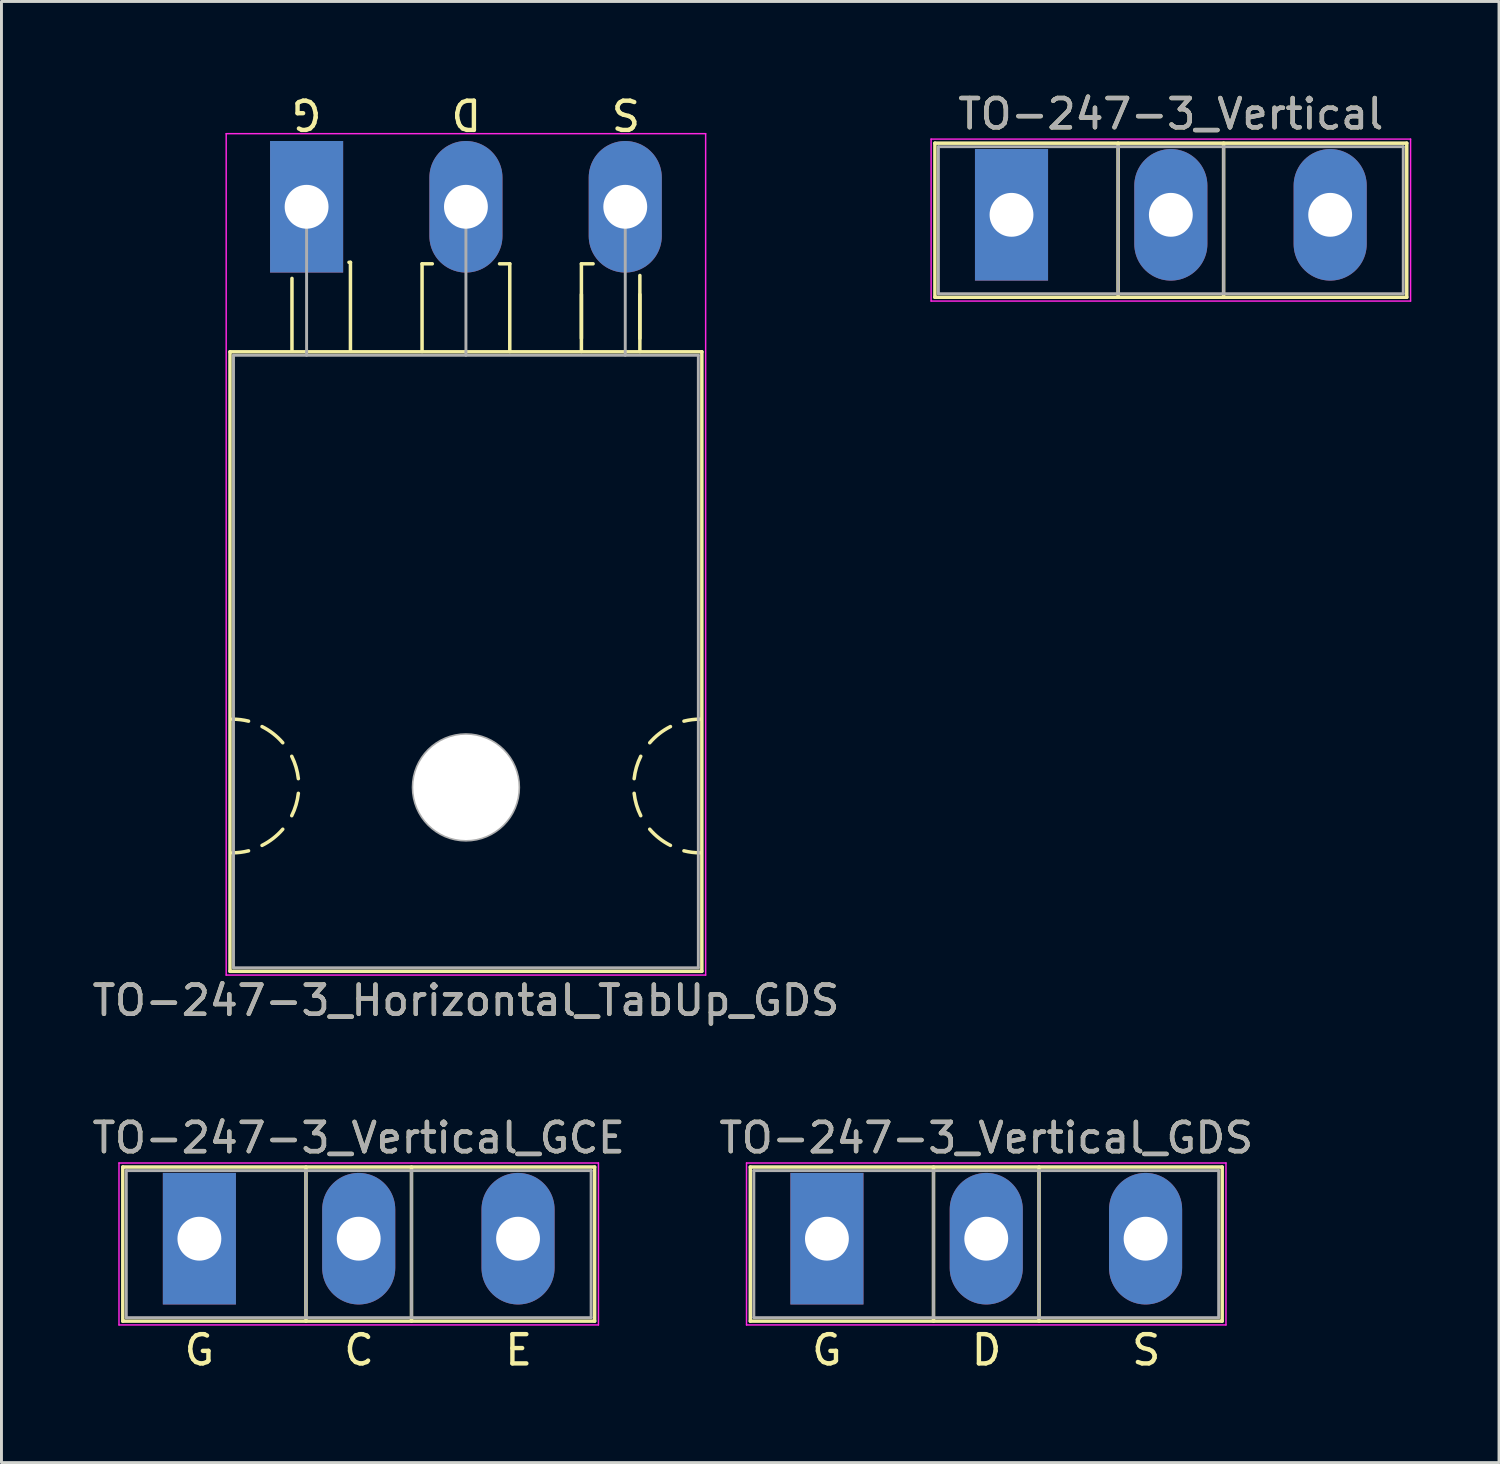
<source format=kicad_pcb>
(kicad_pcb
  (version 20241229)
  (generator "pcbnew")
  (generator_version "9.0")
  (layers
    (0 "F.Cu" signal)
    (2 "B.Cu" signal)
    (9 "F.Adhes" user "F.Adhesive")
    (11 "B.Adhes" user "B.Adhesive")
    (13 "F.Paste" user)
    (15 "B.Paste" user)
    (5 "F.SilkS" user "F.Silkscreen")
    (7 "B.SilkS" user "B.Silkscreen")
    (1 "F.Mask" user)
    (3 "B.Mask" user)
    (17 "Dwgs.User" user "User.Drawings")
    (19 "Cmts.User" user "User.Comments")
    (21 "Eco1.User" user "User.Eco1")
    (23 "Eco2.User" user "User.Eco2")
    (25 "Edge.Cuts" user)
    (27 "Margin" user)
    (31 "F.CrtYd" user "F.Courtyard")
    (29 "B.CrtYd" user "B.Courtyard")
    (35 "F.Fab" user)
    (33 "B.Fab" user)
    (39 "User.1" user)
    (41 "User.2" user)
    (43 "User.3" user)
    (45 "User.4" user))
  (footprint "TO-247-3_Vertical_GDS"
    (layer "F.Cu")
    (at 25.235 39.32)
    (property "Reference" "TO-247-3_Vertical_GDS" (at 5.45 -3.45 0) (layer "F.SilkS") (effects (font (size 1 1) (thickness 0.15))))
    (fp_line (start -2.62 -2.451) (end -2.62 2.82) (stroke (width 0.12) (type solid)) (layer "F.SilkS"))
    (fp_line (start -2.62 -2.451) (end 13.52 -2.451) (stroke (width 0.12) (type solid)) (layer "F.SilkS"))
    (fp_line (start -2.62 2.82) (end 13.52 2.82) (stroke (width 0.12) (type solid)) (layer "F.SilkS"))
    (fp_line (start 3.646 -2.451) (end 3.646 2.82) (stroke (width 0.12) (type solid)) (layer "F.SilkS"))
    (fp_line (start 7.255 -2.451) (end 7.255 2.82) (stroke (width 0.12) (type solid)) (layer "F.SilkS"))
    (fp_line (start 13.52 -2.451) (end 13.52 2.82) (stroke (width 0.12) (type solid)) (layer "F.SilkS"))
    (fp_line (start -2.75 -2.59) (end -2.75 2.95) (stroke (width 0.05) (type solid)) (layer "F.CrtYd"))
    (fp_line (start -2.75 2.95) (end 13.65 2.95) (stroke (width 0.05) (type solid)) (layer "F.CrtYd"))
    (fp_line (start 13.65 -2.59) (end -2.75 -2.59) (stroke (width 0.05) (type solid)) (layer "F.CrtYd"))
    (fp_line (start 13.65 2.95) (end 13.65 -2.59) (stroke (width 0.05) (type solid)) (layer "F.CrtYd"))
    (fp_line (start -2.5 -2.33) (end -2.5 2.7) (stroke (width 0.1) (type solid)) (layer "F.Fab"))
    (fp_line (start -2.5 2.7) (end 13.4 2.7) (stroke (width 0.1) (type solid)) (layer "F.Fab"))
    (fp_line (start 3.645 -2.33) (end 3.645 2.7) (stroke (width 0.1) (type solid)) (layer "F.Fab"))
    (fp_line (start 7.255 -2.33) (end 7.255 2.7) (stroke (width 0.1) (type solid)) (layer "F.Fab"))
    (fp_line (start 13.4 -2.33) (end -2.5 -2.33) (stroke (width 0.1) (type solid)) (layer "F.Fab"))
    (fp_line (start 13.4 2.7) (end 13.4 -2.33) (stroke (width 0.1) (type solid)) (layer "F.Fab"))
    (fp_text user "D" (at 5.461 3.81 0) (unlocked yes) (layer "F.SilkS") (effects (font (size 1 1) (thickness 0.15))))
    (fp_text user "S" (at 10.922 3.81 0) (unlocked yes) (layer "F.SilkS") (effects (font (size 1 1) (thickness 0.15))))
    (fp_text user "G" (at 0 3.81 0) (unlocked yes) (layer "F.SilkS") (effects (font (size 1 1) (thickness 0.15))))
    (fp_text user "${REFERENCE}" (at 5.45 -3.45 0) (layer "F.Fab") (effects (font (size 1 1) (thickness 0.15))))
    (pad "1" thru_hole rect (at 0 0) (size 2.5 4.5) (drill 1.5) (layers "*.Cu" "*.Mask"))
    (pad "2" thru_hole oval (at 5.45 0) (size 2.5 4.5) (drill 1.5) (layers "*.Cu" "*.Mask"))
    (pad "3" thru_hole oval (at 10.9 0) (size 2.5 4.5) (drill 1.5) (layers "*.Cu" "*.Mask")))
  (footprint "TO-247-3_Vertical_GCE"
    (layer "F.Cu")
    (at 3.77 39.32)
    (property "Reference" "TO-247-3_Vertical_GCE" (at 5.45 -3.45 0) (layer "F.SilkS") (effects (font (size 1 1) (thickness 0.15))))
    (fp_line (start -2.62 -2.451) (end -2.62 2.82) (stroke (width 0.12) (type solid)) (layer "F.SilkS"))
    (fp_line (start -2.62 -2.451) (end 13.52 -2.451) (stroke (width 0.12) (type solid)) (layer "F.SilkS"))
    (fp_line (start -2.62 2.82) (end 13.52 2.82) (stroke (width 0.12) (type solid)) (layer "F.SilkS"))
    (fp_line (start 3.646 -2.451) (end 3.646 2.82) (stroke (width 0.12) (type solid)) (layer "F.SilkS"))
    (fp_line (start 7.255 -2.451) (end 7.255 2.82) (stroke (width 0.12) (type solid)) (layer "F.SilkS"))
    (fp_line (start 13.52 -2.451) (end 13.52 2.82) (stroke (width 0.12) (type solid)) (layer "F.SilkS"))
    (fp_line (start -2.75 -2.59) (end -2.75 2.95) (stroke (width 0.05) (type solid)) (layer "F.CrtYd"))
    (fp_line (start -2.75 2.95) (end 13.65 2.95) (stroke (width 0.05) (type solid)) (layer "F.CrtYd"))
    (fp_line (start 13.65 -2.59) (end -2.75 -2.59) (stroke (width 0.05) (type solid)) (layer "F.CrtYd"))
    (fp_line (start 13.65 2.95) (end 13.65 -2.59) (stroke (width 0.05) (type solid)) (layer "F.CrtYd"))
    (fp_line (start -2.5 -2.33) (end -2.5 2.7) (stroke (width 0.1) (type solid)) (layer "F.Fab"))
    (fp_line (start -2.5 2.7) (end 13.4 2.7) (stroke (width 0.1) (type solid)) (layer "F.Fab"))
    (fp_line (start 3.645 -2.33) (end 3.645 2.7) (stroke (width 0.1) (type solid)) (layer "F.Fab"))
    (fp_line (start 7.255 -2.33) (end 7.255 2.7) (stroke (width 0.1) (type solid)) (layer "F.Fab"))
    (fp_line (start 13.4 -2.33) (end -2.5 -2.33) (stroke (width 0.1) (type solid)) (layer "F.Fab"))
    (fp_line (start 13.4 2.7) (end 13.4 -2.33) (stroke (width 0.1) (type solid)) (layer "F.Fab"))
    (fp_text user "G" (at 0 3.81 0) (unlocked yes) (layer "F.SilkS") (effects (font (size 1 1) (thickness 0.15))))
    (fp_text user "C" (at 5.461 3.81 0) (unlocked yes) (layer "F.SilkS") (effects (font (size 1 1) (thickness 0.15))))
    (fp_text user "E" (at 10.922 3.81 0) (unlocked yes) (layer "F.SilkS") (effects (font (size 1 1) (thickness 0.15))))
    (fp_text user "${REFERENCE}" (at 5.45 -3.45 0) (layer "F.Fab") (effects (font (size 1 1) (thickness 0.15))))
    (pad "1" thru_hole rect (at 0 0) (size 2.5 4.5) (drill 1.5) (layers "*.Cu" "*.Mask"))
    (pad "2" thru_hole oval (at 5.45 0) (size 2.5 4.5) (drill 1.5) (layers "*.Cu" "*.Mask"))
    (pad "3" thru_hole oval (at 10.9 0) (size 2.5 4.5) (drill 1.5) (layers "*.Cu" "*.Mask")))
  (footprint "TO-247-3_Horizontal_TabUp_GDS"
    (layer "F.Cu")
    (at 7.437 4.023)
    (property "Reference" "TO-247-3_Horizontal_TabUp_GDS" (at 5.45 27.15 0) (layer "F.SilkS") (effects (font (size 1 1) (thickness 0.15))))
    (fp_line (start -2.62 4.96) (end -2.62 26.15) (stroke (width 0.12) (type solid)) (layer "F.SilkS"))
    (fp_line (start -2.62 4.96) (end 13.52 4.96) (stroke (width 0.12) (type solid)) (layer "F.SilkS"))
    (fp_line (start -2.62 26.15) (end 13.52 26.15) (stroke (width 0.12) (type solid)) (layer "F.SilkS"))
    (fp_line (start -0.5 4.9) (end -0.5 2.45) (stroke (width 0.12) (type solid)) (layer "F.SilkS"))
    (fp_line (start 1.5 1.9) (end 1.45 1.9) (stroke (width 0.12) (type solid)) (layer "F.SilkS"))
    (fp_line (start 1.5 4.9) (end 1.5 1.9) (stroke (width 0.12) (type solid)) (layer "F.SilkS"))
    (fp_line (start 3.95 1.95) (end 4.3 1.95) (stroke (width 0.12) (type solid)) (layer "F.SilkS"))
    (fp_line (start 3.95 4.95) (end 3.95 1.95) (stroke (width 0.12) (type solid)) (layer "F.SilkS"))
    (fp_line (start 6.95 1.95) (end 6.6 1.95) (stroke (width 0.12) (type solid)) (layer "F.SilkS"))
    (fp_line (start 6.95 4.95) (end 6.95 1.95) (stroke (width 0.12) (type solid)) (layer "F.SilkS"))
    (fp_line (start 9.4 1.95) (end 9.8 1.95) (stroke (width 0.12) (type solid)) (layer "F.SilkS"))
    (fp_line (start 9.4 4.5) (end 9.4 3) (stroke (width 0.12) (type solid)) (layer "F.SilkS"))
    (fp_line (start 9.4 4.95) (end 9.4 1.95) (stroke (width 0.12) (type solid)) (layer "F.SilkS"))
    (fp_line (start 11.4 4.5) (end 11.4 3) (stroke (width 0.12) (type solid)) (layer "F.SilkS"))
    (fp_line (start 11.4 4.95) (end 11.4 2.35) (stroke (width 0.12) (type solid)) (layer "F.SilkS"))
    (fp_line (start 13.52 4.96) (end 13.52 26.15) (stroke (width 0.12) (type solid)) (layer "F.SilkS"))
    (fp_arc (start -2.54 17.526) (mid -2.260689 17.543128) (end -1.985564 17.594254) (stroke (width 0.12) (type solid)) (layer "F.SilkS"))
    (fp_arc (start -1.985564 22.029746) (mid -2.260689 22.080872) (end -2.54 22.098) (stroke (width 0.12) (type solid)) (layer "F.SilkS"))
    (fp_arc (start -1.524001 17.780001) (mid -1.14188 18.02132) (end -0.815088 18.333504) (stroke (width 0.12) (type solid)) (layer "F.SilkS"))
    (fp_arc (start -0.815087 21.290497) (mid -1.141879 21.60268) (end -1.524 21.844) (stroke (width 0.12) (type solid)) (layer "F.SilkS"))
    (fp_arc (start -0.508001 18.796001) (mid -0.361178 19.168563) (end -0.282051 19.561117) (stroke (width 0.12) (type solid)) (layer "F.SilkS"))
    (fp_arc (start -0.282051 20.062883) (mid -0.361178 20.455437) (end -0.508001 20.827999) (stroke (width 0.12) (type solid)) (layer "F.SilkS"))
    (fp_arc (start 11.204051 19.561117) (mid 11.283178 19.168563) (end 11.430001 18.796001) (stroke (width 0.12) (type solid)) (layer "F.SilkS"))
    (fp_arc (start 11.430001 20.827999) (mid 11.283178 20.455437) (end 11.204051 20.062883) (stroke (width 0.12) (type solid)) (layer "F.SilkS"))
    (fp_arc (start 11.737087 18.333503) (mid 12.063879 18.02132) (end 12.446 17.78) (stroke (width 0.12) (type solid)) (layer "F.SilkS"))
    (fp_arc (start 12.446001 21.843999) (mid 12.06388 21.60268) (end 11.737088 21.290496) (stroke (width 0.12) (type solid)) (layer "F.SilkS"))
    (fp_arc (start 12.907564 17.594254) (mid 13.182689 17.543128) (end 13.462 17.526) (stroke (width 0.12) (type solid)) (layer "F.SilkS"))
    (fp_arc (start 13.462 22.098) (mid 13.182689 22.080872) (end 12.907564 22.029746) (stroke (width 0.12) (type solid)) (layer "F.SilkS"))
    (fp_line (start -2.75 -2.5) (end -2.75 26.28) (stroke (width 0.05) (type solid)) (layer "F.CrtYd"))
    (fp_line (start -2.75 26.28) (end 13.65 26.28) (stroke (width 0.05) (type solid)) (layer "F.CrtYd"))
    (fp_line (start 13.65 -2.5) (end -2.75 -2.5) (stroke (width 0.05) (type solid)) (layer "F.CrtYd"))
    (fp_line (start 13.65 26.28) (end 13.65 -2.5) (stroke (width 0.05) (type solid)) (layer "F.CrtYd"))
    (fp_line (start -2.5 5.08) (end -2.5 26.03) (stroke (width 0.1) (type solid)) (layer "F.Fab"))
    (fp_line (start -2.5 26.03) (end 13.4 26.03) (stroke (width 0.1) (type solid)) (layer "F.Fab"))
    (fp_line (start 0 5.08) (end 0 0) (stroke (width 0.1) (type solid)) (layer "F.Fab"))
    (fp_line (start 5.45 5.08) (end 5.45 0) (stroke (width 0.1) (type solid)) (layer "F.Fab"))
    (fp_line (start 10.9 5.08) (end 10.9 0) (stroke (width 0.1) (type solid)) (layer "F.Fab"))
    (fp_line (start 13.4 5.08) (end -2.5 5.08) (stroke (width 0.1) (type solid)) (layer "F.Fab"))
    (fp_line (start 13.4 26.03) (end 13.4 5.08) (stroke (width 0.1) (type solid)) (layer "F.Fab"))
    (fp_circle (center 5.45 19.86) (end 7.255 19.86) (stroke (width 0.1) (type solid)) (fill no) (layer "F.Fab"))
    (fp_text user "S" (at 10.922 -3.175 180) (unlocked yes) (layer "F.SilkS") (effects (font (size 1 1) (thickness 0.15))))
    (fp_text user "G" (at 0 -3.175 180) (unlocked yes) (layer "F.SilkS") (effects (font (size 1 1) (thickness 0.15))))
    (fp_text user "D" (at 5.461 -3.175 180) (unlocked yes) (layer "F.SilkS") (effects (font (size 1 1) (thickness 0.15))))
    (fp_text user "${REFERENCE}" (at 5.45 27.15 0) (layer "F.Fab") (effects (font (size 1 1) (thickness 0.15))))
    (pad "" np_thru_hole oval (at 5.45 19.86) (size 3.6 3.6) (drill 3.6) (layers "*.Cu" "*.Mask"))
    (pad "1" thru_hole rect (at 0 0) (size 2.5 4.5) (drill 1.5) (layers "*.Cu" "*.Mask"))
    (pad "2" thru_hole oval (at 5.45 0) (size 2.5 4.5) (drill 1.5) (layers "*.Cu" "*.Mask"))
    (pad "3" thru_hole oval (at 10.9 0) (size 2.5 4.5) (drill 1.5) (layers "*.Cu" "*.Mask")))
  (footprint "TO-247-3_Vertical"
    (layer "F.Cu")
    (at 31.549 4.298)
    (property "Reference" "TO-247-3_Vertical" (at 5.45 -3.45 0) (layer "F.SilkS") (effects (font (size 1 1) (thickness 0.15))))
    (attr through_hole)
    (fp_line (start -2.62 -2.451) (end -2.62 2.82) (stroke (width 0.12) (type solid)) (layer "F.SilkS"))
    (fp_line (start -2.62 -2.451) (end 13.52 -2.451) (stroke (width 0.12) (type solid)) (layer "F.SilkS"))
    (fp_line (start -2.62 2.82) (end 13.52 2.82) (stroke (width 0.12) (type solid)) (layer "F.SilkS"))
    (fp_line (start 3.646 -2.451) (end 3.646 2.82) (stroke (width 0.12) (type solid)) (layer "F.SilkS"))
    (fp_line (start 7.255 -2.451) (end 7.255 2.82) (stroke (width 0.12) (type solid)) (layer "F.SilkS"))
    (fp_line (start 13.52 -2.451) (end 13.52 2.82) (stroke (width 0.12) (type solid)) (layer "F.SilkS"))
    (fp_line (start -2.75 -2.59) (end -2.75 2.95) (stroke (width 0.05) (type solid)) (layer "F.CrtYd"))
    (fp_line (start -2.75 2.95) (end 13.65 2.95) (stroke (width 0.05) (type solid)) (layer "F.CrtYd"))
    (fp_line (start 13.65 -2.59) (end -2.75 -2.59) (stroke (width 0.05) (type solid)) (layer "F.CrtYd"))
    (fp_line (start 13.65 2.95) (end 13.65 -2.59) (stroke (width 0.05) (type solid)) (layer "F.CrtYd"))
    (fp_line (start -2.5 -2.33) (end -2.5 2.7) (stroke (width 0.1) (type solid)) (layer "F.Fab"))
    (fp_line (start -2.5 2.7) (end 13.4 2.7) (stroke (width 0.1) (type solid)) (layer "F.Fab"))
    (fp_line (start 3.645 -2.33) (end 3.645 2.7) (stroke (width 0.1) (type solid)) (layer "F.Fab"))
    (fp_line (start 7.255 -2.33) (end 7.255 2.7) (stroke (width 0.1) (type solid)) (layer "F.Fab"))
    (fp_line (start 13.4 -2.33) (end -2.5 -2.33) (stroke (width 0.1) (type solid)) (layer "F.Fab"))
    (fp_line (start 13.4 2.7) (end 13.4 -2.33) (stroke (width 0.1) (type solid)) (layer "F.Fab"))
    (fp_text user "${REFERENCE}" (at 5.45 -3.45 0) (layer "F.Fab") (effects (font (size 1 1) (thickness 0.15))))
    (pad "1" thru_hole rect (at 0 0) (size 2.5 4.5) (drill 1.5) (layers "*.Cu" "*.Mask"))
    (pad "2" thru_hole oval (at 5.45 0) (size 2.5 4.5) (drill 1.5) (layers "*.Cu" "*.Mask"))
    (pad "3" thru_hole oval (at 10.9 0) (size 2.5 4.5) (drill 1.5) (layers "*.Cu" "*.Mask")))
  (gr_rect
    (start -3 -3)
    (end 48.224 46.978)
    (stroke (width 0.1) (type default))
    (fill no)
    (layer "Edge.Cuts")))
</source>
